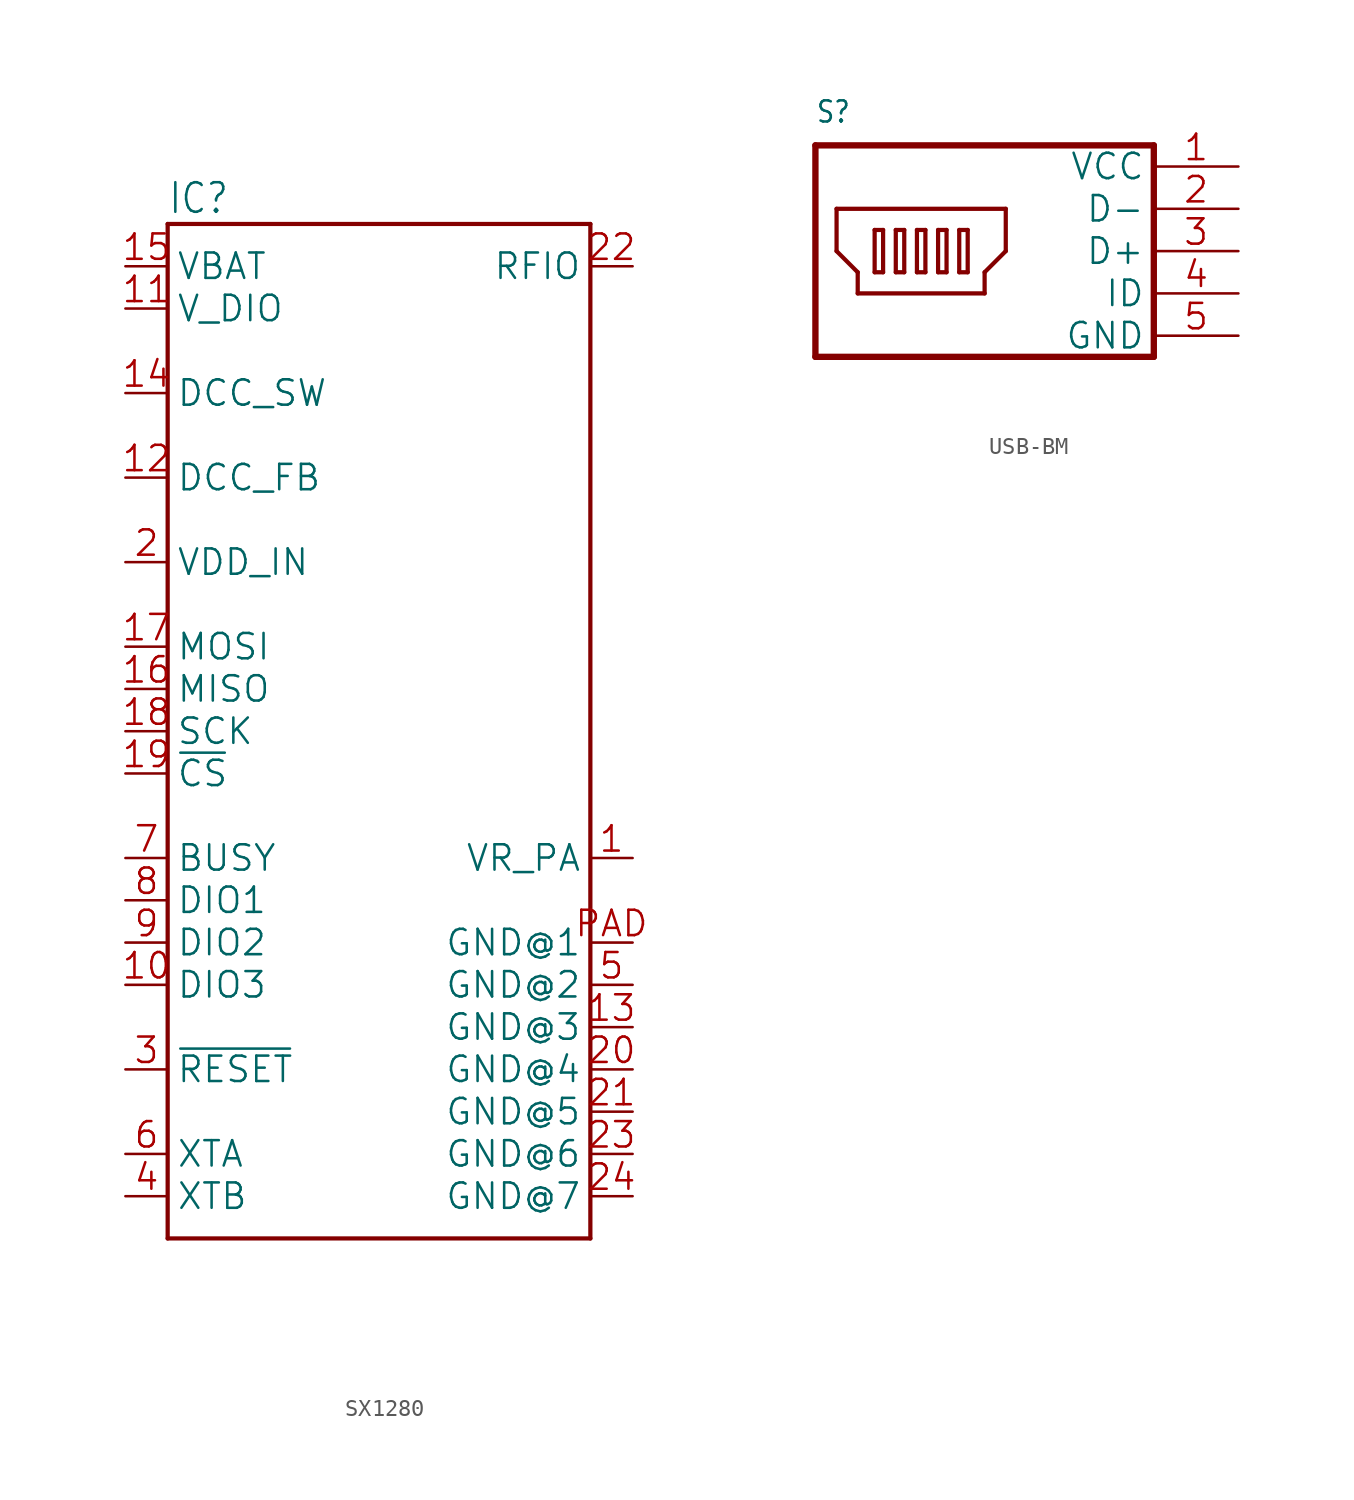
<source format=kicad_sym>
(kicad_symbol_lib
  (version 20241209)
  (generator "kicad_symbol_editor")
  (generator_version "9.0")
  (symbol "SX1280"
    (property "Reference" "IC"
      (at -12.7 30.988 0)
      (effects (font (size 1.778 1.511)) (justify left bottom)))
    (property "Value" ""
      (at -12.7 -33.02 0)
      (effects (font (size 1.778 1.511)) (justify left bottom)))
    (property "ki_locked" ""
      (at 0 0 0)
      (effects (font (size 1.27 1.27))))
    (symbol "SX1280_1_0"
      (polyline (pts (xy -12.7 30.48) (xy 12.7 30.48)) (stroke (width 0.254) (type solid)) (fill (type none)))
      (polyline (pts (xy -12.7 -30.48) (xy -12.7 30.48)) (stroke (width 0.254) (type solid)) (fill (type none)))
      (polyline (pts (xy 12.7 30.48) (xy 12.7 -30.48)) (stroke (width 0.254) (type solid)) (fill (type none)))
      (polyline (pts (xy 12.7 -30.48) (xy -12.7 -30.48)) (stroke (width 0.254) (type solid)) (fill (type none)))
      (pin bidirectional line (at -15.24 27.94 0) (length 2.54) (name "VBAT" (effects (font (size 1.524 1.524)))) (number "15" (effects (font (size 1.524 1.524)))))
      (pin bidirectional line (at -15.24 25.4 0) (length 2.54) (name "V_DIO" (effects (font (size 1.524 1.524)))) (number "11" (effects (font (size 1.524 1.524)))))
      (pin bidirectional line (at -15.24 20.32 0) (length 2.54) (name "DCC_SW" (effects (font (size 1.524 1.524)))) (number "14" (effects (font (size 1.524 1.524)))))
      (pin bidirectional line (at -15.24 15.24 0) (length 2.54) (name "DCC_FB" (effects (font (size 1.524 1.524)))) (number "12" (effects (font (size 1.524 1.524)))))
      (pin bidirectional line (at -15.24 10.16 0) (length 2.54) (name "VDD_IN" (effects (font (size 1.524 1.524)))) (number "2" (effects (font (size 1.524 1.524)))))
      (pin bidirectional line (at -15.24 5.08 0) (length 2.54) (name "MOSI" (effects (font (size 1.524 1.524)))) (number "17" (effects (font (size 1.524 1.524)))))
      (pin bidirectional line (at -15.24 2.54 0) (length 2.54) (name "MISO" (effects (font (size 1.524 1.524)))) (number "16" (effects (font (size 1.524 1.524)))))
      (pin bidirectional line (at -15.24 0 0) (length 2.54) (name "SCK" (effects (font (size 1.524 1.524)))) (number "18" (effects (font (size 1.524 1.524)))))
      (pin bidirectional line (at -15.24 -2.54 0) (length 2.54) (name "~{CS}" (effects (font (size 1.524 1.524)))) (number "19" (effects (font (size 1.524 1.524)))))
      (pin bidirectional line (at -15.24 -7.62 0) (length 2.54) (name "BUSY" (effects (font (size 1.524 1.524)))) (number "7" (effects (font (size 1.524 1.524)))))
      (pin bidirectional line (at -15.24 -10.16 0) (length 2.54) (name "DIO1" (effects (font (size 1.524 1.524)))) (number "8" (effects (font (size 1.524 1.524)))))
      (pin bidirectional line (at -15.24 -12.7 0) (length 2.54) (name "DIO2" (effects (font (size 1.524 1.524)))) (number "9" (effects (font (size 1.524 1.524)))))
      (pin bidirectional line (at -15.24 -15.24 0) (length 2.54) (name "DIO3" (effects (font (size 1.524 1.524)))) (number "10" (effects (font (size 1.524 1.524)))))
      (pin bidirectional line (at -15.24 -20.32 0) (length 2.54) (name "~{RESET}" (effects (font (size 1.524 1.524)))) (number "3" (effects (font (size 1.524 1.524)))))
      (pin bidirectional line (at -15.24 -25.4 0) (length 2.54) (name "XTA" (effects (font (size 1.524 1.524)))) (number "6" (effects (font (size 1.524 1.524)))))
      (pin bidirectional line (at -15.24 -27.94 0) (length 2.54) (name "XTB" (effects (font (size 1.524 1.524)))) (number "4" (effects (font (size 1.524 1.524)))))
      (pin bidirectional line (at 15.24 27.94 180) (length 2.54) (name "RFIO" (effects (font (size 1.524 1.524)))) (number "22" (effects (font (size 1.524 1.524)))))
      (pin bidirectional line (at 15.24 -7.62 180) (length 2.54) (name "VR_PA" (effects (font (size 1.524 1.524)))) (number "1" (effects (font (size 1.524 1.524)))))
      (pin bidirectional line (at 15.24 -12.7 180) (length 2.54) (name "GND@1" (effects (font (size 1.524 1.524)))) (number "PAD" (effects (font (size 1.524 1.524)))))
      (pin bidirectional line (at 15.24 -15.24 180) (length 2.54) (name "GND@2" (effects (font (size 1.524 1.524)))) (number "5" (effects (font (size 1.524 1.524)))))
      (pin bidirectional line (at 15.24 -17.78 180) (length 2.54) (name "GND@3" (effects (font (size 1.524 1.524)))) (number "13" (effects (font (size 1.524 1.524)))))
      (pin bidirectional line (at 15.24 -20.32 180) (length 2.54) (name "GND@4" (effects (font (size 1.524 1.524)))) (number "20" (effects (font (size 1.524 1.524)))))
      (pin bidirectional line (at 15.24 -22.86 180) (length 2.54) (name "GND@5" (effects (font (size 1.524 1.524)))) (number "21" (effects (font (size 1.524 1.524)))))
      (pin bidirectional line (at 15.24 -25.4 180) (length 2.54) (name "GND@6" (effects (font (size 1.524 1.524)))) (number "23" (effects (font (size 1.524 1.524)))))
      (pin bidirectional line (at 15.24 -27.94 180) (length 2.54) (name "GND@7" (effects (font (size 1.524 1.524)))) (number "24" (effects (font (size 1.524 1.524)))))))
  (symbol "USB-BM"
    (property "Reference" "S"
      (at -17.78 12.7 0)
      (effects (font (size 1.27 1.079)) (justify left bottom)))
    (property "Value" ""
      (at -17.78 -3.81 0)
      (effects (font (size 1.27 1.079)) (justify left bottom)))
    (property "ki_locked" ""
      (at 0 0 0)
      (effects (font (size 1.27 1.27))))
    (symbol "USB-BM_1_0"
      (polyline (pts (xy -17.78 11.43) (xy -17.78 -1.27)) (stroke (width 0.381) (type solid)) (fill (type none)))
      (polyline (pts (xy -17.78 -1.27) (xy 2.54 -1.27)) (stroke (width 0.381) (type solid)) (fill (type none)))
      (polyline (pts (xy -16.51 7.62) (xy -16.51 5.08)) (stroke (width 0.254) (type solid)) (fill (type none)))
      (polyline (pts (xy -16.51 5.08) (xy -15.24 3.81)) (stroke (width 0.254) (type solid)) (fill (type none)))
      (polyline (pts (xy -15.24 3.81) (xy -15.24 2.54)) (stroke (width 0.254) (type solid)) (fill (type none)))
      (polyline (pts (xy -15.24 2.54) (xy -7.62 2.54)) (stroke (width 0.254) (type solid)) (fill (type none)))
      (polyline (pts (xy -14.224 6.35) (xy -13.716 6.35)) (stroke (width 0.254) (type solid)) (fill (type none)))
      (polyline (pts (xy -14.224 3.81) (xy -14.224 6.35)) (stroke (width 0.254) (type solid)) (fill (type none)))
      (polyline (pts (xy -13.716 6.35) (xy -13.716 3.81)) (stroke (width 0.254) (type solid)) (fill (type none)))
      (polyline (pts (xy -13.716 3.81) (xy -14.224 3.81)) (stroke (width 0.254) (type solid)) (fill (type none)))
      (polyline (pts (xy -12.954 6.35) (xy -12.446 6.35)) (stroke (width 0.254) (type solid)) (fill (type none)))
      (polyline (pts (xy -12.954 3.81) (xy -12.954 6.35)) (stroke (width 0.254) (type solid)) (fill (type none)))
      (polyline (pts (xy -12.446 6.35) (xy -12.446 3.81)) (stroke (width 0.254) (type solid)) (fill (type none)))
      (polyline (pts (xy -12.446 3.81) (xy -12.954 3.81)) (stroke (width 0.254) (type solid)) (fill (type none)))
      (polyline (pts (xy -11.684 6.35) (xy -11.176 6.35)) (stroke (width 0.254) (type solid)) (fill (type none)))
      (polyline (pts (xy -11.684 3.81) (xy -11.684 6.35)) (stroke (width 0.254) (type solid)) (fill (type none)))
      (polyline (pts (xy -11.176 6.35) (xy -11.176 3.81)) (stroke (width 0.254) (type solid)) (fill (type none)))
      (polyline (pts (xy -11.176 3.81) (xy -11.684 3.81)) (stroke (width 0.254) (type solid)) (fill (type none)))
      (polyline (pts (xy -10.414 6.35) (xy -9.906 6.35)) (stroke (width 0.254) (type solid)) (fill (type none)))
      (polyline (pts (xy -10.414 3.81) (xy -10.414 6.35)) (stroke (width 0.254) (type solid)) (fill (type none)))
      (polyline (pts (xy -9.906 6.35) (xy -9.906 3.81)) (stroke (width 0.254) (type solid)) (fill (type none)))
      (polyline (pts (xy -9.906 3.81) (xy -10.414 3.81)) (stroke (width 0.254) (type solid)) (fill (type none)))
      (polyline (pts (xy -9.144 6.35) (xy -8.636 6.35)) (stroke (width 0.254) (type solid)) (fill (type none)))
      (polyline (pts (xy -9.144 3.81) (xy -9.144 6.35)) (stroke (width 0.254) (type solid)) (fill (type none)))
      (polyline (pts (xy -8.636 6.35) (xy -8.636 3.81)) (stroke (width 0.254) (type solid)) (fill (type none)))
      (polyline (pts (xy -8.636 3.81) (xy -9.144 3.81)) (stroke (width 0.254) (type solid)) (fill (type none)))
      (polyline (pts (xy -7.62 3.81) (xy -6.35 5.08)) (stroke (width 0.254) (type solid)) (fill (type none)))
      (polyline (pts (xy -7.62 2.54) (xy -7.62 3.81)) (stroke (width 0.254) (type solid)) (fill (type none)))
      (polyline (pts (xy -6.35 7.62) (xy -16.51 7.62)) (stroke (width 0.254) (type solid)) (fill (type none)))
      (polyline (pts (xy -6.35 5.08) (xy -6.35 7.62)) (stroke (width 0.254) (type solid)) (fill (type none)))
      (polyline (pts (xy 2.54 11.43) (xy -17.78 11.43)) (stroke (width 0.381) (type solid)) (fill (type none)))
      (polyline (pts (xy 2.54 -1.27) (xy 2.54 11.43)) (stroke (width 0.381) (type solid)) (fill (type none)))
      (pin bidirectional line (at 7.62 10.16 180) (length 5.08) (name "VCC" (effects (font (size 1.524 1.524)))) (number "1" (effects (font (size 1.524 1.524)))))
      (pin bidirectional line (at 7.62 7.62 180) (length 5.08) (name "D-" (effects (font (size 1.524 1.524)))) (number "2" (effects (font (size 1.524 1.524)))))
      (pin bidirectional line (at 7.62 5.08 180) (length 5.08) (name "D+" (effects (font (size 1.524 1.524)))) (number "3" (effects (font (size 1.524 1.524)))))
      (pin bidirectional line (at 7.62 2.54 180) (length 5.08) (name "ID" (effects (font (size 1.524 1.524)))) (number "4" (effects (font (size 1.524 1.524)))))
      (pin bidirectional line (at 7.62 0 180) (length 5.08) (name "GND" (effects (font (size 1.524 1.524)))) (number "5" (effects (font (size 1.524 1.524))))))))
</source>
